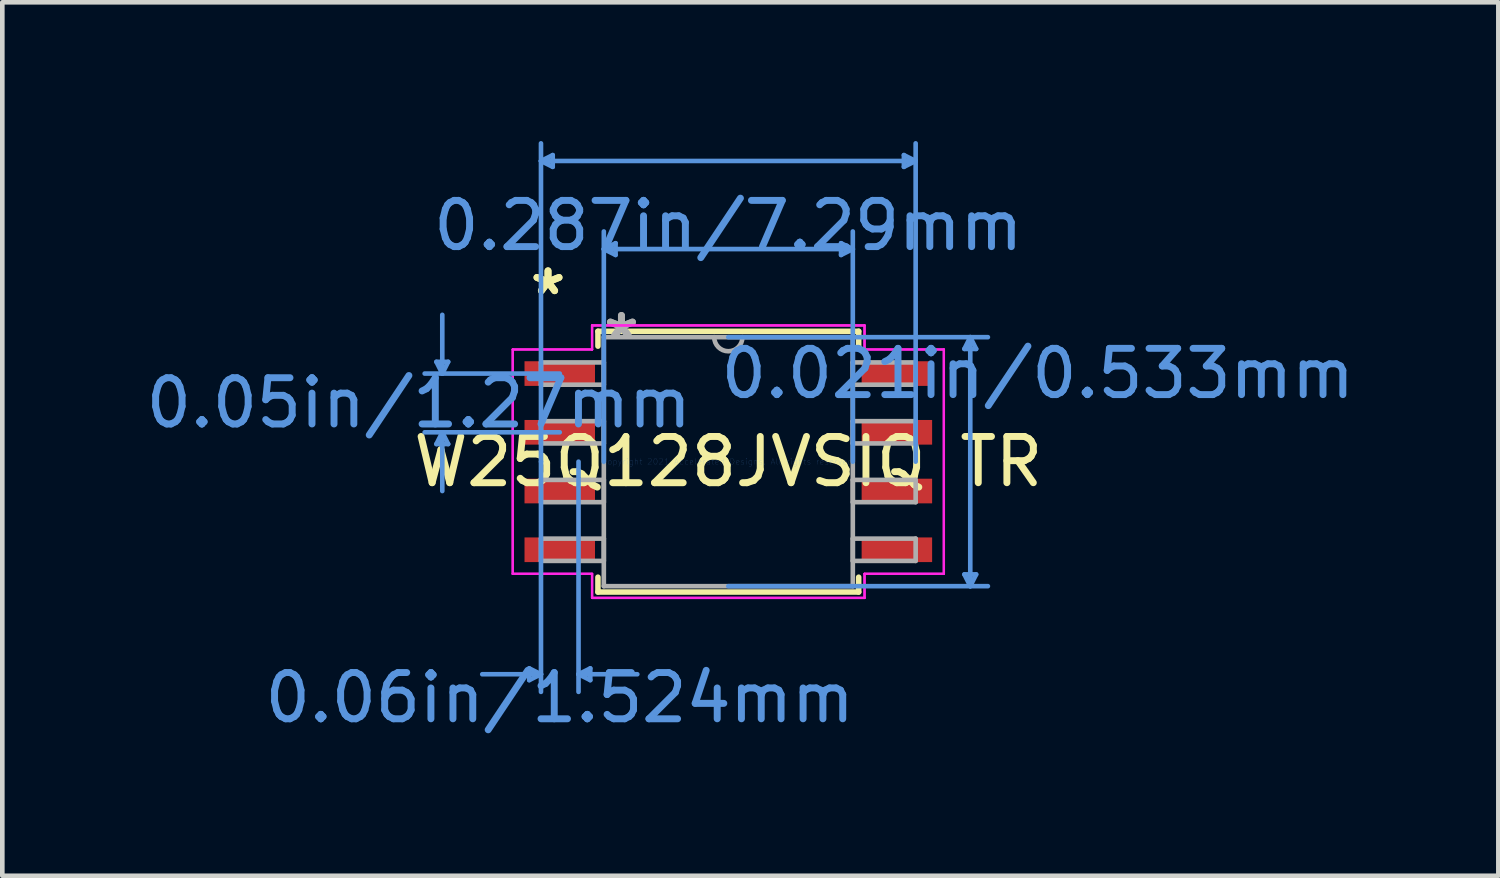
<source format=kicad_pcb>
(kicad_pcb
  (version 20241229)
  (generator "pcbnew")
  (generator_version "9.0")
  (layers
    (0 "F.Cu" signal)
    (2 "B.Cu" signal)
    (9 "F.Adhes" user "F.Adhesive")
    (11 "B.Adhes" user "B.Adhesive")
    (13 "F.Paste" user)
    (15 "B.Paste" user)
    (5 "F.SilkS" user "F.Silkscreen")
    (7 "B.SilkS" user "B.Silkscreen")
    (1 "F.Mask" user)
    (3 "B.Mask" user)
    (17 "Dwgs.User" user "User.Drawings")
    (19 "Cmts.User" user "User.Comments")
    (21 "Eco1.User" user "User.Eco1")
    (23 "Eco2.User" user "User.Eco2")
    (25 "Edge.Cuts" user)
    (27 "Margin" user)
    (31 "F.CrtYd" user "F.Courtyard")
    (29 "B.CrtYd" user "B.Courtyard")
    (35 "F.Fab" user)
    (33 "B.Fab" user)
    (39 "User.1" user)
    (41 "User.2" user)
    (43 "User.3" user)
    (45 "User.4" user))
  (footprint "W25Q128JVSIQ TR"
    (layer "F.Cu")
    (at 12.699 6.933)
    (property "Reference" "W25Q128JVSIQ TR" (at 0 0 0) (layer "F.SilkS") (effects (font (size 1 1) (thickness 0.15))))
    (attr through_hole)
    (fp_line (start -2.819 -2.819) (end -2.819 -2.498) (stroke (width 0.12) (type solid)) (layer "F.SilkS"))
    (fp_line (start -2.819 2.498) (end -2.819 2.819) (stroke (width 0.12) (type solid)) (layer "F.SilkS"))
    (fp_line (start -2.819 2.819) (end 2.819 2.819) (stroke (width 0.12) (type solid)) (layer "F.SilkS"))
    (fp_line (start 2.819 -2.819) (end -2.819 -2.819) (stroke (width 0.12) (type solid)) (layer "F.SilkS"))
    (fp_line (start 2.819 -2.498) (end 2.819 -2.819) (stroke (width 0.12) (type solid)) (layer "F.SilkS"))
    (fp_line (start 2.819 2.819) (end 2.819 2.498) (stroke (width 0.12) (type solid)) (layer "F.SilkS"))
    (fp_line (start -6.312 -2.159) (end -6.058 -2.159) (stroke (width 0.1) (type solid)) (layer "Cmts.User"))
    (fp_line (start -6.312 -0.381) (end -6.058 -0.381) (stroke (width 0.1) (type solid)) (layer "Cmts.User"))
    (fp_line (start -6.185 -1.905) (end -6.312 -2.159) (stroke (width 0.1) (type solid)) (layer "Cmts.User"))
    (fp_line (start -6.185 -1.905) (end -6.185 -3.175) (stroke (width 0.1) (type solid)) (layer "Cmts.User"))
    (fp_line (start -6.185 -1.905) (end -6.058 -2.159) (stroke (width 0.1) (type solid)) (layer "Cmts.User"))
    (fp_line (start -6.185 -0.635) (end -6.312 -0.381) (stroke (width 0.1) (type solid)) (layer "Cmts.User"))
    (fp_line (start -6.185 -0.635) (end -6.185 0.635) (stroke (width 0.1) (type solid)) (layer "Cmts.User"))
    (fp_line (start -6.185 -0.635) (end -6.058 -0.381) (stroke (width 0.1) (type solid)) (layer "Cmts.User"))
    (fp_line (start -4.305 4.47) (end -4.305 4.724) (stroke (width 0.1) (type solid)) (layer "Cmts.User"))
    (fp_line (start -4.051 -6.502) (end -3.797 -6.629) (stroke (width 0.1) (type solid)) (layer "Cmts.User"))
    (fp_line (start -4.051 -6.502) (end -3.797 -6.375) (stroke (width 0.1) (type solid)) (layer "Cmts.User"))
    (fp_line (start -4.051 -6.502) (end 4.051 -6.502) (stroke (width 0.1) (type solid)) (layer "Cmts.User"))
    (fp_line (start -4.051 0) (end -4.051 -6.883) (stroke (width 0.1) (type solid)) (layer "Cmts.User"))
    (fp_line (start -4.051 0) (end -4.051 4.978) (stroke (width 0.1) (type solid)) (layer "Cmts.User"))
    (fp_line (start -4.051 4.597) (end -5.321 4.597) (stroke (width 0.1) (type solid)) (layer "Cmts.User"))
    (fp_line (start -4.051 4.597) (end -4.305 4.47) (stroke (width 0.1) (type solid)) (layer "Cmts.User"))
    (fp_line (start -4.051 4.597) (end -4.305 4.724) (stroke (width 0.1) (type solid)) (layer "Cmts.User"))
    (fp_line (start -3.797 -6.629) (end -3.797 -6.375) (stroke (width 0.1) (type solid)) (layer "Cmts.User"))
    (fp_line (start -3.645 -1.905) (end -6.566 -1.905) (stroke (width 0.1) (type solid)) (layer "Cmts.User"))
    (fp_line (start -3.645 -0.635) (end -6.566 -0.635) (stroke (width 0.1) (type solid)) (layer "Cmts.User"))
    (fp_line (start -3.239 0) (end -3.239 4.978) (stroke (width 0.1) (type solid)) (layer "Cmts.User"))
    (fp_line (start -3.239 4.597) (end -2.985 4.47) (stroke (width 0.1) (type solid)) (layer "Cmts.User"))
    (fp_line (start -3.239 4.597) (end -2.985 4.724) (stroke (width 0.1) (type solid)) (layer "Cmts.User"))
    (fp_line (start -3.239 4.597) (end -1.968 4.597) (stroke (width 0.1) (type solid)) (layer "Cmts.User"))
    (fp_line (start -2.985 4.47) (end -2.985 4.724) (stroke (width 0.1) (type solid)) (layer "Cmts.User"))
    (fp_line (start -2.692 -4.597) (end -2.438 -4.724) (stroke (width 0.1) (type solid)) (layer "Cmts.User"))
    (fp_line (start -2.692 -4.597) (end -2.438 -4.47) (stroke (width 0.1) (type solid)) (layer "Cmts.User"))
    (fp_line (start -2.692 -4.597) (end 2.692 -4.597) (stroke (width 0.1) (type solid)) (layer "Cmts.User"))
    (fp_line (start -2.692 0) (end -2.692 -4.978) (stroke (width 0.1) (type solid)) (layer "Cmts.User"))
    (fp_line (start -2.438 -4.724) (end -2.438 -4.47) (stroke (width 0.1) (type solid)) (layer "Cmts.User"))
    (fp_line (start 0 -2.692) (end 5.613 -2.692) (stroke (width 0.1) (type solid)) (layer "Cmts.User"))
    (fp_line (start 0 2.692) (end 5.613 2.692) (stroke (width 0.1) (type solid)) (layer "Cmts.User"))
    (fp_line (start 2.438 -4.724) (end 2.438 -4.47) (stroke (width 0.1) (type solid)) (layer "Cmts.User"))
    (fp_line (start 2.692 -4.597) (end 2.438 -4.724) (stroke (width 0.1) (type solid)) (layer "Cmts.User"))
    (fp_line (start 2.692 -4.597) (end 2.438 -4.47) (stroke (width 0.1) (type solid)) (layer "Cmts.User"))
    (fp_line (start 2.692 0) (end 2.692 -4.978) (stroke (width 0.1) (type solid)) (layer "Cmts.User"))
    (fp_line (start 3.797 -6.629) (end 3.797 -6.375) (stroke (width 0.1) (type solid)) (layer "Cmts.User"))
    (fp_line (start 4.051 -6.502) (end 3.797 -6.629) (stroke (width 0.1) (type solid)) (layer "Cmts.User"))
    (fp_line (start 4.051 -6.502) (end 3.797 -6.375) (stroke (width 0.1) (type solid)) (layer "Cmts.User"))
    (fp_line (start 4.051 0) (end 4.051 -6.883) (stroke (width 0.1) (type solid)) (layer "Cmts.User"))
    (fp_line (start 5.105 -2.438) (end 5.359 -2.438) (stroke (width 0.1) (type solid)) (layer "Cmts.User"))
    (fp_line (start 5.105 2.438) (end 5.359 2.438) (stroke (width 0.1) (type solid)) (layer "Cmts.User"))
    (fp_line (start 5.232 -2.692) (end 5.105 -2.438) (stroke (width 0.1) (type solid)) (layer "Cmts.User"))
    (fp_line (start 5.232 -2.692) (end 5.232 2.692) (stroke (width 0.1) (type solid)) (layer "Cmts.User"))
    (fp_line (start 5.232 -2.692) (end 5.359 -2.438) (stroke (width 0.1) (type solid)) (layer "Cmts.User"))
    (fp_line (start 5.232 2.692) (end 5.105 2.438) (stroke (width 0.1) (type solid)) (layer "Cmts.User"))
    (fp_line (start 5.232 2.692) (end 5.359 2.438) (stroke (width 0.1) (type solid)) (layer "Cmts.User"))
    (fp_line (start -4.661 -2.426) (end -2.946 -2.426) (stroke (width 0.05) (type solid)) (layer "F.CrtYd"))
    (fp_line (start -4.661 -2.426) (end -2.946 -2.426) (stroke (width 0.05) (type solid)) (layer "F.CrtYd"))
    (fp_line (start -4.661 2.426) (end -4.661 -2.426) (stroke (width 0.05) (type solid)) (layer "F.CrtYd"))
    (fp_line (start -4.661 2.426) (end -4.661 -2.426) (stroke (width 0.05) (type solid)) (layer "F.CrtYd"))
    (fp_line (start -4.661 2.426) (end -2.946 2.426) (stroke (width 0.05) (type solid)) (layer "F.CrtYd"))
    (fp_line (start -2.946 -2.946) (end 2.946 -2.946) (stroke (width 0.05) (type solid)) (layer "F.CrtYd"))
    (fp_line (start -2.946 -2.946) (end 2.946 -2.946) (stroke (width 0.05) (type solid)) (layer "F.CrtYd"))
    (fp_line (start -2.946 -2.426) (end -2.946 -2.946) (stroke (width 0.05) (type solid)) (layer "F.CrtYd"))
    (fp_line (start -2.946 -2.426) (end -2.946 -2.946) (stroke (width 0.05) (type solid)) (layer "F.CrtYd"))
    (fp_line (start -2.946 2.426) (end -4.661 2.426) (stroke (width 0.05) (type solid)) (layer "F.CrtYd"))
    (fp_line (start -2.946 2.946) (end -2.946 2.426) (stroke (width 0.05) (type solid)) (layer "F.CrtYd"))
    (fp_line (start -2.946 2.946) (end -2.946 2.426) (stroke (width 0.05) (type solid)) (layer "F.CrtYd"))
    (fp_line (start 2.946 -2.946) (end 2.946 -2.426) (stroke (width 0.05) (type solid)) (layer "F.CrtYd"))
    (fp_line (start 2.946 -2.946) (end 2.946 -2.426) (stroke (width 0.05) (type solid)) (layer "F.CrtYd"))
    (fp_line (start 2.946 -2.426) (end 4.661 -2.426) (stroke (width 0.05) (type solid)) (layer "F.CrtYd"))
    (fp_line (start 2.946 2.426) (end 2.946 2.946) (stroke (width 0.05) (type solid)) (layer "F.CrtYd"))
    (fp_line (start 2.946 2.426) (end 2.946 2.946) (stroke (width 0.05) (type solid)) (layer "F.CrtYd"))
    (fp_line (start 2.946 2.946) (end -2.946 2.946) (stroke (width 0.05) (type solid)) (layer "F.CrtYd"))
    (fp_line (start 2.946 2.946) (end -2.946 2.946) (stroke (width 0.05) (type solid)) (layer "F.CrtYd"))
    (fp_line (start 4.661 -2.426) (end 2.946 -2.426) (stroke (width 0.05) (type solid)) (layer "F.CrtYd"))
    (fp_line (start 4.661 -2.426) (end 4.661 2.426) (stroke (width 0.05) (type solid)) (layer "F.CrtYd"))
    (fp_line (start 4.661 -2.426) (end 4.661 2.426) (stroke (width 0.05) (type solid)) (layer "F.CrtYd"))
    (fp_line (start 4.661 2.426) (end 2.946 2.426) (stroke (width 0.05) (type solid)) (layer "F.CrtYd"))
    (fp_line (start 4.661 2.426) (end 2.946 2.426) (stroke (width 0.05) (type solid)) (layer "F.CrtYd"))
    (fp_line (start -4.051 -2.146) (end -4.051 -1.664) (stroke (width 0.1) (type solid)) (layer "F.Fab"))
    (fp_line (start -4.051 -1.664) (end -2.692 -1.664) (stroke (width 0.1) (type solid)) (layer "F.Fab"))
    (fp_line (start -4.051 -0.876) (end -4.051 -0.394) (stroke (width 0.1) (type solid)) (layer "F.Fab"))
    (fp_line (start -4.051 -0.394) (end -2.692 -0.394) (stroke (width 0.1) (type solid)) (layer "F.Fab"))
    (fp_line (start -4.051 0.394) (end -4.051 0.876) (stroke (width 0.1) (type solid)) (layer "F.Fab"))
    (fp_line (start -4.051 0.876) (end -2.692 0.876) (stroke (width 0.1) (type solid)) (layer "F.Fab"))
    (fp_line (start -4.051 1.664) (end -4.051 2.146) (stroke (width 0.1) (type solid)) (layer "F.Fab"))
    (fp_line (start -4.051 2.146) (end -2.692 2.146) (stroke (width 0.1) (type solid)) (layer "F.Fab"))
    (fp_line (start -2.692 -2.692) (end -2.692 2.692) (stroke (width 0.1) (type solid)) (layer "F.Fab"))
    (fp_line (start -2.692 -2.146) (end -4.051 -2.146) (stroke (width 0.1) (type solid)) (layer "F.Fab"))
    (fp_line (start -2.692 -1.664) (end -2.692 -2.146) (stroke (width 0.1) (type solid)) (layer "F.Fab"))
    (fp_line (start -2.692 -0.876) (end -4.051 -0.876) (stroke (width 0.1) (type solid)) (layer "F.Fab"))
    (fp_line (start -2.692 -0.394) (end -2.692 -0.876) (stroke (width 0.1) (type solid)) (layer "F.Fab"))
    (fp_line (start -2.692 0.394) (end -4.051 0.394) (stroke (width 0.1) (type solid)) (layer "F.Fab"))
    (fp_line (start -2.692 0.876) (end -2.692 0.394) (stroke (width 0.1) (type solid)) (layer "F.Fab"))
    (fp_line (start -2.692 1.664) (end -4.051 1.664) (stroke (width 0.1) (type solid)) (layer "F.Fab"))
    (fp_line (start -2.692 2.146) (end -2.692 1.664) (stroke (width 0.1) (type solid)) (layer "F.Fab"))
    (fp_line (start -2.692 2.692) (end 2.692 2.692) (stroke (width 0.1) (type solid)) (layer "F.Fab"))
    (fp_line (start 2.692 -2.692) (end -2.692 -2.692) (stroke (width 0.1) (type solid)) (layer "F.Fab"))
    (fp_line (start 2.692 -2.146) (end 2.692 -1.664) (stroke (width 0.1) (type solid)) (layer "F.Fab"))
    (fp_line (start 2.692 -1.664) (end 4.051 -1.664) (stroke (width 0.1) (type solid)) (layer "F.Fab"))
    (fp_line (start 2.692 -0.876) (end 2.692 -0.394) (stroke (width 0.1) (type solid)) (layer "F.Fab"))
    (fp_line (start 2.692 -0.394) (end 4.051 -0.394) (stroke (width 0.1) (type solid)) (layer "F.Fab"))
    (fp_line (start 2.692 0.394) (end 2.692 0.876) (stroke (width 0.1) (type solid)) (layer "F.Fab"))
    (fp_line (start 2.692 0.876) (end 4.051 0.876) (stroke (width 0.1) (type solid)) (layer "F.Fab"))
    (fp_line (start 2.692 1.664) (end 2.692 2.146) (stroke (width 0.1) (type solid)) (layer "F.Fab"))
    (fp_line (start 2.692 2.146) (end 4.051 2.146) (stroke (width 0.1) (type solid)) (layer "F.Fab"))
    (fp_line (start 2.692 2.692) (end 2.692 -2.692) (stroke (width 0.1) (type solid)) (layer "F.Fab"))
    (fp_line (start 4.051 -2.146) (end 2.692 -2.146) (stroke (width 0.1) (type solid)) (layer "F.Fab"))
    (fp_line (start 4.051 -1.664) (end 4.051 -2.146) (stroke (width 0.1) (type solid)) (layer "F.Fab"))
    (fp_line (start 4.051 -0.876) (end 2.692 -0.876) (stroke (width 0.1) (type solid)) (layer "F.Fab"))
    (fp_line (start 4.051 -0.394) (end 4.051 -0.876) (stroke (width 0.1) (type solid)) (layer "F.Fab"))
    (fp_line (start 4.051 0.394) (end 2.692 0.394) (stroke (width 0.1) (type solid)) (layer "F.Fab"))
    (fp_line (start 4.051 0.876) (end 4.051 0.394) (stroke (width 0.1) (type solid)) (layer "F.Fab"))
    (fp_line (start 4.051 1.664) (end 2.692 1.664) (stroke (width 0.1) (type solid)) (layer "F.Fab"))
    (fp_line (start 4.051 2.146) (end 4.051 1.664) (stroke (width 0.1) (type solid)) (layer "F.Fab"))
    (fp_arc (start 0.3048 -2.6924) (mid 0 -2.3876) (end -0.3048 -2.6924) (stroke (width 0.1) (type solid)) (layer "F.Fab"))
    (fp_text user "*" (at -3.899 -3.581 0) (layer "F.SilkS") (effects (font (size 1 1) (thickness 0.15))))
    (fp_text user "*" (at -3.899 -3.581 0) (layer "F.SilkS") (effects (font (size 1 1) (thickness 0.15))))
    (fp_text user "0.287in/7.29mm" (at 0 -5.105 0) (layer "Cmts.User") (effects (font (size 1 1) (thickness 0.15))))
    (fp_text user "0.05in/1.27mm" (at -6.693 -1.27 0) (layer "Cmts.User") (effects (font (size 1 1) (thickness 0.15))))
    (fp_text user "0.06in/1.524mm" (at -3.645 5.105 0) (layer "Cmts.User") (effects (font (size 1 1) (thickness 0.15))))
    (fp_text user "Copyright 2021 Accelerated Designs. All rights reserved." (at 0 0 0) (layer "Cmts.User") (effects (font (size 0.127 0.127) (thickness 0.002))))
    (fp_text user "0.021in/0.533mm" (at 6.693 -1.905 0) (layer "Cmts.User") (effects (font (size 1 1) (thickness 0.15))))
    (fp_text user "*" (at -2.311 -2.616 0) (layer "F.Fab") (effects (font (size 1 1) (thickness 0.15))))
    (fp_text user "*" (at -2.311 -2.616 0) (layer "F.Fab") (effects (font (size 1 1) (thickness 0.15))))
    (pad "1" smd rect (at -3.645 -1.905) (size 1.524 0.533) (layers "F.Cu" "F.Mask" "F.Paste"))
    (pad "2" smd rect (at -3.645 -0.635) (size 1.524 0.533) (layers "F.Cu" "F.Mask" "F.Paste"))
    (pad "3" smd rect (at -3.645 0.635) (size 1.524 0.533) (layers "F.Cu" "F.Mask" "F.Paste"))
    (pad "4" smd rect (at -3.645 1.905) (size 1.524 0.533) (layers "F.Cu" "F.Mask" "F.Paste"))
    (pad "5" smd rect (at 3.645 1.905) (size 1.524 0.533) (layers "F.Cu" "F.Mask" "F.Paste"))
    (pad "6" smd rect (at 3.645 0.635) (size 1.524 0.533) (layers "F.Cu" "F.Mask" "F.Paste"))
    (pad "7" smd rect (at 3.645 -0.635) (size 1.524 0.533) (layers "F.Cu" "F.Mask" "F.Paste"))
    (pad "8" smd rect (at 3.645 -1.905) (size 1.524 0.533) (layers "F.Cu" "F.Mask" "F.Paste")))
  (gr_rect
    (start -3 -3)
    (end 29.35 15.887)
    (stroke (width 0.1) (type default))
    (fill no)
    (layer "Edge.Cuts")))
</source>
